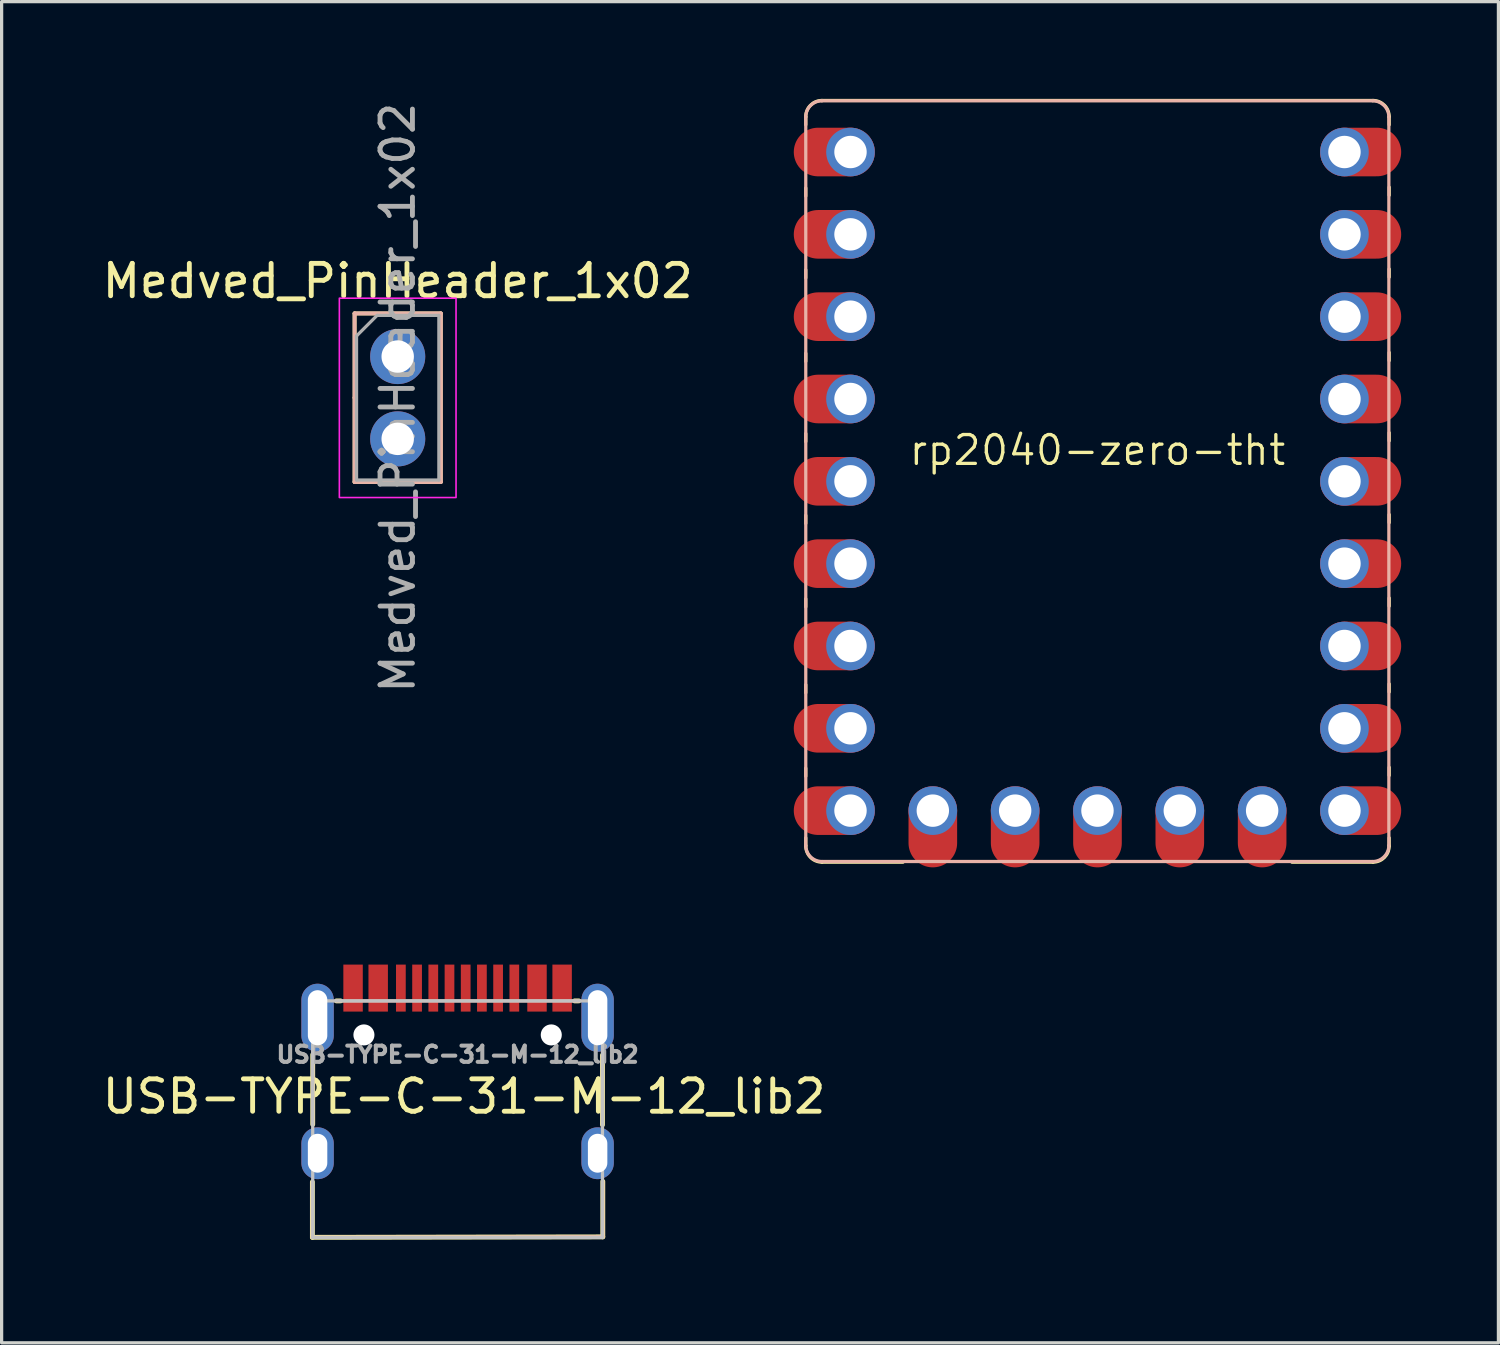
<source format=kicad_pcb>
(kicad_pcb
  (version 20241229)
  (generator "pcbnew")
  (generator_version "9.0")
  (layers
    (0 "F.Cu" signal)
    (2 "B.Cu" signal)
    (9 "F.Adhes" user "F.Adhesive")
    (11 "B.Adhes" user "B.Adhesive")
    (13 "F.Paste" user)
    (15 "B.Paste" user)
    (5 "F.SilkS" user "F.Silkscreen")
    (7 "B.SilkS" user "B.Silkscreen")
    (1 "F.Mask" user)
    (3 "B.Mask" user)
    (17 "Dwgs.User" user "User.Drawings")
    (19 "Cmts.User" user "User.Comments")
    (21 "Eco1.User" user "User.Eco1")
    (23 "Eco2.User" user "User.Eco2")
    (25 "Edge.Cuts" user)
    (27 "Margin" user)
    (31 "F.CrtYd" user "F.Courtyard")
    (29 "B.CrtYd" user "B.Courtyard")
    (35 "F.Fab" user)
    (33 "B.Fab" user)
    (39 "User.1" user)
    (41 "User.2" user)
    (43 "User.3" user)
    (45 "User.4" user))
  (footprint "USB-TYPE-C-31-M-12_lib2"
    (layer "F.Cu")
    (at 11.068 35.13)
    (property "Reference" "USB-TYPE-C-31-M-12_lib2" (at 0 -5.645 180) (layer "F.Fab") (effects (font (size 0.5 0.5) (thickness 0.125))))
    (attr smd)
    (fp_line (start -4.48 -0.005) (end -4.48 -1.715) (stroke (width 0.15) (type default)) (layer "F.SilkS"))
    (fp_line (start -4.48 -0.005) (end 4.48 -0.02) (stroke (width 0.15) (type default)) (layer "F.SilkS"))
    (fp_line (start -4.47 -3.49) (end -4.47 -5.64) (stroke (width 0.15) (type default)) (layer "F.SilkS"))
    (fp_line (start -3.74 -7.3) (end -3.61 -7.3) (stroke (width 0.15) (type default)) (layer "F.SilkS"))
    (fp_line (start 3.61 -7.3) (end 3.74 -7.3) (stroke (width 0.15) (type default)) (layer "F.SilkS"))
    (fp_line (start 4.47 -3.475) (end 4.47 -5.625) (stroke (width 0.15) (type default)) (layer "F.SilkS"))
    (fp_line (start 4.48 -0.02) (end 4.48 -1.73) (stroke (width 0.15) (type default)) (layer "F.SilkS"))
    (fp_line (start -4.48 -0.005) (end -4.48 -1.715) (stroke (width 0.1) (type default)) (layer "B.SilkS"))
    (fp_line (start -4.48 -0.005) (end 4.48 -0.02) (stroke (width 0.1) (type default)) (layer "B.SilkS"))
    (fp_line (start -4.47 -3.49) (end -4.47 -5.64) (stroke (width 0.1) (type default)) (layer "B.SilkS"))
    (fp_line (start -3.74 -7.3) (end 3.74 -7.3) (stroke (width 0.1) (type default)) (layer "B.SilkS"))
    (fp_line (start 4.47 -3.475) (end 4.47 -5.625) (stroke (width 0.1) (type default)) (layer "B.SilkS"))
    (fp_line (start 4.48 -0.02) (end 4.48 -1.73) (stroke (width 0.1) (type default)) (layer "B.SilkS"))
    (fp_line (start -4.47 -7.3) (end 4.47 -7.3) (stroke (width 0.1) (type solid)) (layer "Dwgs.User"))
    (fp_line (start -4.47 0) (end -4.47 -7.3) (stroke (width 0.1) (type solid)) (layer "Dwgs.User"))
    (fp_line (start -4.47 0) (end 4.47 0) (stroke (width 0.1) (type solid)) (layer "Dwgs.User"))
    (fp_line (start 4.47 0) (end 4.47 -7.3) (stroke (width 0.1) (type solid)) (layer "Dwgs.User"))
    (fp_text user "${REFERENCE}" (at 0.2 -4.35 180) (layer "F.SilkS") (effects (font (size 1 1) (thickness 0.15))))
    (pad "" np_thru_hole circle (at -2.89 -6.25) (size 0.65 0.65) (drill 0.65) (layers "*.Cu" "*.Mask"))
    (pad "" np_thru_hole circle (at 2.89 -6.25) (size 0.65 0.65) (drill 0.65) (layers "*.Cu" "*.Mask"))
    (pad "1" smd rect (at -3.225 -7.695) (size 0.6 1.45) (layers "F.Cu" "F.Mask" "F.Paste"))
    (pad "2" smd rect (at -2.45 -7.695) (size 0.6 1.45) (layers "F.Cu" "F.Mask" "F.Paste"))
    (pad "3" smd rect (at -1.75 -7.695) (size 0.3 1.45) (layers "F.Cu" "F.Mask" "F.Paste"))
    (pad "4" smd rect (at -1.25 -7.695) (size 0.3 1.45) (layers "F.Cu" "F.Mask" "F.Paste"))
    (pad "5" smd rect (at -0.75 -7.695) (size 0.3 1.45) (layers "F.Cu" "F.Mask" "F.Paste"))
    (pad "6" smd rect (at -0.25 -7.695) (size 0.3 1.45) (layers "F.Cu" "F.Mask" "F.Paste"))
    (pad "7" smd rect (at 0.25 -7.695) (size 0.3 1.45) (layers "F.Cu" "F.Mask" "F.Paste"))
    (pad "8" smd rect (at 0.75 -7.695) (size 0.3 1.45) (layers "F.Cu" "F.Mask" "F.Paste"))
    (pad "9" smd rect (at 1.25 -7.695) (size 0.3 1.45) (layers "F.Cu" "F.Mask" "F.Paste"))
    (pad "10" smd rect (at 1.75 -7.695) (size 0.3 1.45) (layers "F.Cu" "F.Mask" "F.Paste"))
    (pad "11" smd rect (at 2.45 -7.695) (size 0.6 1.45) (layers "F.Cu" "F.Mask" "F.Paste"))
    (pad "12" smd rect (at 3.225 -7.695) (size 0.6 1.45) (layers "F.Cu" "F.Mask" "F.Paste"))
    (pad "13" thru_hole oval (at -4.32 -6.78) (size 1 2.1) (drill oval 0.6 1.7) (layers "*.Cu" "*.Mask"))
    (pad "13" thru_hole oval (at -4.32 -2.6) (size 1 1.6) (drill oval 0.6 1.2) (layers "*.Cu" "*.Mask"))
    (pad "13" thru_hole oval (at 4.32 -6.78) (size 1 2.1) (drill oval 0.6 1.7) (layers "*.Cu" "*.Mask"))
    (pad "13" thru_hole oval (at 4.32 -2.6) (size 1 1.6) (drill oval 0.6 1.2) (layers "*.Cu" "*.Mask")))
  (footprint "Medved_PinHeader_1x02"
    (layer "F.Cu")
    (at 9.22 7.95)
    (property "Reference" "Medved_PinHeader_1x02" (at 0 -2.33 0) (layer "F.SilkS") (effects (font (size 1 1) (thickness 0.15))))
    (attr through_hole)
    (fp_line (start -1.33 -1.33) (end 1.33 -1.33) (stroke (width 0.12) (type solid)) (layer "F.SilkS"))
    (fp_line (start -1.33 1.27) (end -1.33 -1.33) (stroke (width 0.12) (type solid)) (layer "F.SilkS"))
    (fp_line (start -1.33 1.27) (end -1.33 3.87) (stroke (width 0.12) (type solid)) (layer "F.SilkS"))
    (fp_line (start -1.33 3.87) (end 1.33 3.87) (stroke (width 0.12) (type solid)) (layer "F.SilkS"))
    (fp_line (start 1.33 -1.33) (end 1.33 3.87) (stroke (width 0.12) (type solid)) (layer "F.SilkS"))
    (fp_line (start -1.33 -1.33) (end 1.33 -1.33) (stroke (width 0.12) (type solid)) (layer "B.SilkS"))
    (fp_line (start -1.33 1.27) (end -1.33 -1.33) (stroke (width 0.12) (type solid)) (layer "B.SilkS"))
    (fp_line (start -1.33 1.27) (end -1.33 3.87) (stroke (width 0.12) (type solid)) (layer "B.SilkS"))
    (fp_line (start -1.33 3.87) (end 1.33 3.87) (stroke (width 0.12) (type solid)) (layer "B.SilkS"))
    (fp_line (start 1.33 -1.33) (end 1.33 3.87) (stroke (width 0.12) (type solid)) (layer "B.SilkS"))
    (fp_rect (start -1.8 -1.8) (end 1.8 4.35) (stroke (width 0.05) (type solid)) (fill no) (layer "F.CrtYd"))
    (fp_line (start -1.27 -0.635) (end -0.635 -1.27) (stroke (width 0.1) (type solid)) (layer "F.Fab"))
    (fp_line (start -1.27 3.81) (end -1.27 -0.635) (stroke (width 0.1) (type solid)) (layer "F.Fab"))
    (fp_line (start -0.635 -1.27) (end 1.27 -1.27) (stroke (width 0.1) (type solid)) (layer "F.Fab"))
    (fp_line (start 1.27 -1.27) (end 1.27 3.81) (stroke (width 0.1) (type solid)) (layer "F.Fab"))
    (fp_line (start 1.27 3.81) (end -1.27 3.81) (stroke (width 0.1) (type solid)) (layer "F.Fab"))
    (fp_text user "${REFERENCE}" (at 0 1.27 90) (layer "F.Fab") (effects (font (size 1 1) (thickness 0.15))))
    (pad "1" thru_hole circle (at 0 0) (size 1.7 1.7) (drill 1) (layers "*.Cu" "*.Mask"))
    (pad "2" thru_hole oval (at 0 2.54) (size 1.7 1.7) (drill 1) (layers "*.Cu" "*.Mask")))
  (footprint "rp2040-zero-tht"
    (layer "F.Cu")
    (at 30.81 11.8)
    (property "Reference" "rp2040-zero-tht" (at 0 -0.96 0) (layer "F.SilkS") (effects (font (size 0.889 0.889) (thickness 0.102))))
    (attr through_hole exclude_from_pos_files)
    (fp_line (start -9 -11.25) (end -9 -11) (stroke (width 0.1) (type default)) (layer "F.SilkS"))
    (fp_line (start -9 -9.05) (end -9 -8.8) (stroke (width 0.1) (type default)) (layer "F.SilkS"))
    (fp_line (start -9 -6.525) (end -9 -6.275) (stroke (width 0.1) (type default)) (layer "F.SilkS"))
    (fp_line (start -9 -3.95) (end -9 -3.7) (stroke (width 0.1) (type default)) (layer "F.SilkS"))
    (fp_line (start -9 -1.475) (end -9 -1.225) (stroke (width 0.1) (type default)) (layer "F.SilkS"))
    (fp_line (start -9 1.05) (end -9 1.3) (stroke (width 0.1) (type default)) (layer "F.SilkS"))
    (fp_line (start -9 3.625) (end -9 3.875) (stroke (width 0.1) (type default)) (layer "F.SilkS"))
    (fp_line (start -9 6.275) (end -9 6.525) (stroke (width 0.1) (type default)) (layer "F.SilkS"))
    (fp_line (start -9 8.85) (end -9 9.1) (stroke (width 0.1) (type default)) (layer "F.SilkS"))
    (fp_line (start -9 11.25) (end -9 11) (stroke (width 0.1) (type default)) (layer "F.SilkS"))
    (fp_line (start -8.5 -11.75) (end 8.5 -11.75) (stroke (width 0.1) (type default)) (layer "F.SilkS"))
    (fp_line (start -8.5 11.75) (end -6 11.75) (stroke (width 0.1) (type default)) (layer "F.SilkS"))
    (fp_line (start 8.5 11.75) (end 6 11.75) (stroke (width 0.1) (type default)) (layer "F.SilkS"))
    (fp_line (start 9 -11.25) (end 9 -11) (stroke (width 0.1) (type default)) (layer "F.SilkS"))
    (fp_line (start 9 -9.075) (end 9 -8.825) (stroke (width 0.1) (type default)) (layer "F.SilkS"))
    (fp_line (start 9 -6.55) (end 9 -6.3) (stroke (width 0.1) (type default)) (layer "F.SilkS"))
    (fp_line (start 9 -3.975) (end 9 -3.725) (stroke (width 0.1) (type default)) (layer "F.SilkS"))
    (fp_line (start 9 -1.5) (end 9 -1.25) (stroke (width 0.1) (type default)) (layer "F.SilkS"))
    (fp_line (start 9 1.025) (end 9 1.275) (stroke (width 0.1) (type default)) (layer "F.SilkS"))
    (fp_line (start 9 3.6) (end 9 3.85) (stroke (width 0.1) (type default)) (layer "F.SilkS"))
    (fp_line (start 9 6.25) (end 9 6.5) (stroke (width 0.1) (type default)) (layer "F.SilkS"))
    (fp_line (start 9 8.825) (end 9 9.075) (stroke (width 0.1) (type default)) (layer "F.SilkS"))
    (fp_line (start 9 11.25) (end 9 11) (stroke (width 0.1) (type default)) (layer "F.SilkS"))
    (fp_arc (start -9 -11.25) (mid -8.853553 -11.603553) (end -8.5 -11.75) (stroke (width 0.1) (type default)) (layer "F.SilkS"))
    (fp_arc (start -8.5 11.75) (mid -8.853553 11.603553) (end -9 11.25) (stroke (width 0.1) (type default)) (layer "F.SilkS"))
    (fp_arc (start 8.5 -11.75) (mid 8.853553 -11.603553) (end 9 -11.25) (stroke (width 0.1) (type default)) (layer "F.SilkS"))
    (fp_arc (start 9 11.25) (mid 8.853553 11.603553) (end 8.5 11.75) (stroke (width 0.1) (type default)) (layer "F.SilkS"))
    (fp_line (start -9 11.23) (end -9 -11.24) (stroke (width 0.1) (type default)) (layer "B.SilkS"))
    (fp_line (start -8.5 -11.74) (end 8.49 -11.74) (stroke (width 0.1) (type default)) (layer "B.SilkS"))
    (fp_line (start 8.49 11.73) (end -8.5 11.73) (stroke (width 0.1) (type default)) (layer "B.SilkS"))
    (fp_line (start 8.99 -11.24) (end 8.99 11.23) (stroke (width 0.1) (type default)) (layer "B.SilkS"))
    (fp_arc (start -9 -11.24) (mid -8.853553 -11.593553) (end -8.5 -11.74) (stroke (width 0.1) (type default)) (layer "B.SilkS"))
    (fp_arc (start -8.5 11.73) (mid -8.853553 11.583553) (end -9 11.23) (stroke (width 0.1) (type default)) (layer "B.SilkS"))
    (fp_arc (start 8.49 -11.74) (mid 8.843553 -11.593553) (end 8.99 -11.24) (stroke (width 0.1) (type default)) (layer "B.SilkS"))
    (fp_arc (start 8.99 11.23) (mid 8.843553 11.583553) (end 8.49 11.73) (stroke (width 0.1) (type default)) (layer "B.SilkS"))
    (pad "1" thru_hole oval (at 7.62 -10.16) (size 1.5 1.5) (drill 1) (layers "*.Cu" "*.Mask"))
    (pad "1" smd oval (at 8.12 -10.16) (size 2.5 1.5) (layers "F.Cu" "F.Mask" "F.Paste"))
    (pad "2" thru_hole oval (at 7.62 -7.62) (size 1.5 1.5) (drill 1) (layers "*.Cu" "*.Mask"))
    (pad "2" smd oval (at 8.12 -7.62) (size 2.5 1.5) (layers "F.Cu" "F.Mask" "F.Paste"))
    (pad "3" thru_hole oval (at 7.62 -5.08) (size 1.5 1.5) (drill 1) (layers "*.Cu" "*.Mask"))
    (pad "3" smd oval (at 8.12 -5.08) (size 2.5 1.5) (layers "F.Cu" "F.Mask" "F.Paste"))
    (pad "4" thru_hole oval (at 7.62 -2.54) (size 1.5 1.5) (drill 1) (layers "*.Cu" "*.Mask"))
    (pad "4" smd oval (at 8.12 -2.54) (size 2.5 1.5) (layers "F.Cu" "F.Mask" "F.Paste"))
    (pad "5" thru_hole oval (at 7.62 0) (size 1.5 1.5) (drill 1) (layers "*.Cu" "*.Mask"))
    (pad "5" smd oval (at 8.12 0) (size 2.5 1.5) (layers "F.Cu" "F.Mask" "F.Paste"))
    (pad "6" thru_hole oval (at 7.62 2.54) (size 1.5 1.5) (drill 1) (layers "*.Cu" "*.Mask"))
    (pad "6" smd oval (at 8.12 2.54) (size 2.5 1.5) (layers "F.Cu" "F.Mask" "F.Paste"))
    (pad "7" thru_hole oval (at 7.62 5.08) (size 1.5 1.5) (drill 1) (layers "*.Cu" "*.Mask"))
    (pad "7" smd oval (at 8.12 5.08) (size 2.5 1.5) (layers "F.Cu" "F.Mask" "F.Paste"))
    (pad "8" thru_hole oval (at 7.62 7.62) (size 1.5 1.5) (drill 1) (layers "*.Cu" "*.Mask"))
    (pad "8" smd oval (at 8.12 7.62) (size 2.5 1.5) (layers "F.Cu" "F.Mask" "F.Paste"))
    (pad "9" thru_hole oval (at 7.62 10.16) (size 1.5 1.5) (drill 1) (layers "*.Cu" "*.Mask"))
    (pad "9" smd oval (at 8.12 10.16) (size 2.5 1.5) (layers "F.Cu" "F.Mask" "F.Paste"))
    (pad "10" thru_hole oval (at 5.08 10.16) (size 1.5 1.5) (drill 1) (layers "*.Cu" "*.Mask"))
    (pad "10" smd oval (at 5.08 10.66 90) (size 2.5 1.5) (layers "F.Cu" "F.Mask" "F.Paste"))
    (pad "11" thru_hole oval (at 2.54 10.16) (size 1.5 1.5) (drill 1) (layers "*.Cu" "*.Mask"))
    (pad "11" smd oval (at 2.54 10.66 90) (size 2.5 1.5) (layers "F.Cu" "F.Mask" "F.Paste"))
    (pad "12" thru_hole oval (at 0 10.16) (size 1.5 1.5) (drill 1) (layers "*.Cu" "*.Mask"))
    (pad "12" smd oval (at 0 10.66 90) (size 2.5 1.5) (layers "F.Cu" "F.Mask" "F.Paste"))
    (pad "13" thru_hole oval (at -2.54 10.16) (size 1.5 1.5) (drill 1) (layers "*.Cu" "*.Mask"))
    (pad "13" smd oval (at -2.54 10.66 90) (size 2.5 1.5) (layers "F.Cu" "F.Mask" "F.Paste"))
    (pad "14" thru_hole oval (at -5.08 10.16) (size 1.5 1.5) (drill 1) (layers "*.Cu" "*.Mask"))
    (pad "14" smd oval (at -5.08 10.66 90) (size 2.5 1.5) (layers "F.Cu" "F.Mask" "F.Paste"))
    (pad "15" smd oval (at -8.12 10.16) (size 2.5 1.5) (layers "F.Cu" "F.Mask" "F.Paste"))
    (pad "15" thru_hole oval (at -7.62 10.16) (size 1.5 1.5) (drill 1) (layers "*.Cu" "*.Mask"))
    (pad "16" smd oval (at -8.12 7.62) (size 2.5 1.5) (layers "F.Cu" "F.Mask" "F.Paste"))
    (pad "16" thru_hole oval (at -7.62 7.62) (size 1.5 1.5) (drill 1) (layers "*.Cu" "*.Mask"))
    (pad "17" smd oval (at -8.12 5.08) (size 2.5 1.5) (layers "F.Cu" "F.Mask" "F.Paste"))
    (pad "17" thru_hole oval (at -7.62 5.08) (size 1.5 1.5) (drill 1) (layers "*.Cu" "*.Mask"))
    (pad "18" smd oval (at -8.12 2.54) (size 2.5 1.5) (layers "F.Cu" "F.Mask" "F.Paste"))
    (pad "18" thru_hole oval (at -7.62 2.54) (size 1.5 1.5) (drill 1) (layers "*.Cu" "*.Mask"))
    (pad "19" smd oval (at -8.12 0) (size 2.5 1.5) (layers "F.Cu" "F.Mask" "F.Paste"))
    (pad "19" thru_hole oval (at -7.62 0) (size 1.5 1.5) (drill 1) (layers "*.Cu" "*.Mask"))
    (pad "20" smd oval (at -8.12 -2.54) (size 2.5 1.5) (layers "F.Cu" "F.Mask" "F.Paste"))
    (pad "20" thru_hole oval (at -7.62 -2.54) (size 1.5 1.5) (drill 1) (layers "*.Cu" "*.Mask"))
    (pad "21" smd oval (at -8.12 -5.08) (size 2.5 1.5) (layers "F.Cu" "F.Mask" "F.Paste"))
    (pad "21" thru_hole oval (at -7.62 -5.08) (size 1.5 1.5) (drill 1) (layers "*.Cu" "*.Mask"))
    (pad "22" smd oval (at -8.12 -7.62) (size 2.5 1.5) (layers "F.Cu" "F.Mask" "F.Paste"))
    (pad "22" thru_hole oval (at -7.62 -7.62) (size 1.5 1.5) (drill 1) (layers "*.Cu" "*.Mask"))
    (pad "23" smd oval (at -8.12 -10.16) (size 2.5 1.5) (layers "F.Cu" "F.Mask" "F.Paste"))
    (pad "23" thru_hole oval (at -7.62 -10.16) (size 1.5 1.5) (drill 1) (layers "*.Cu" "*.Mask")))
  (gr_rect
    (start -3 -3)
    (end 43.18 38.38)
    (stroke (width 0.1) (type default))
    (fill no)
    (layer "Edge.Cuts")))
</source>
